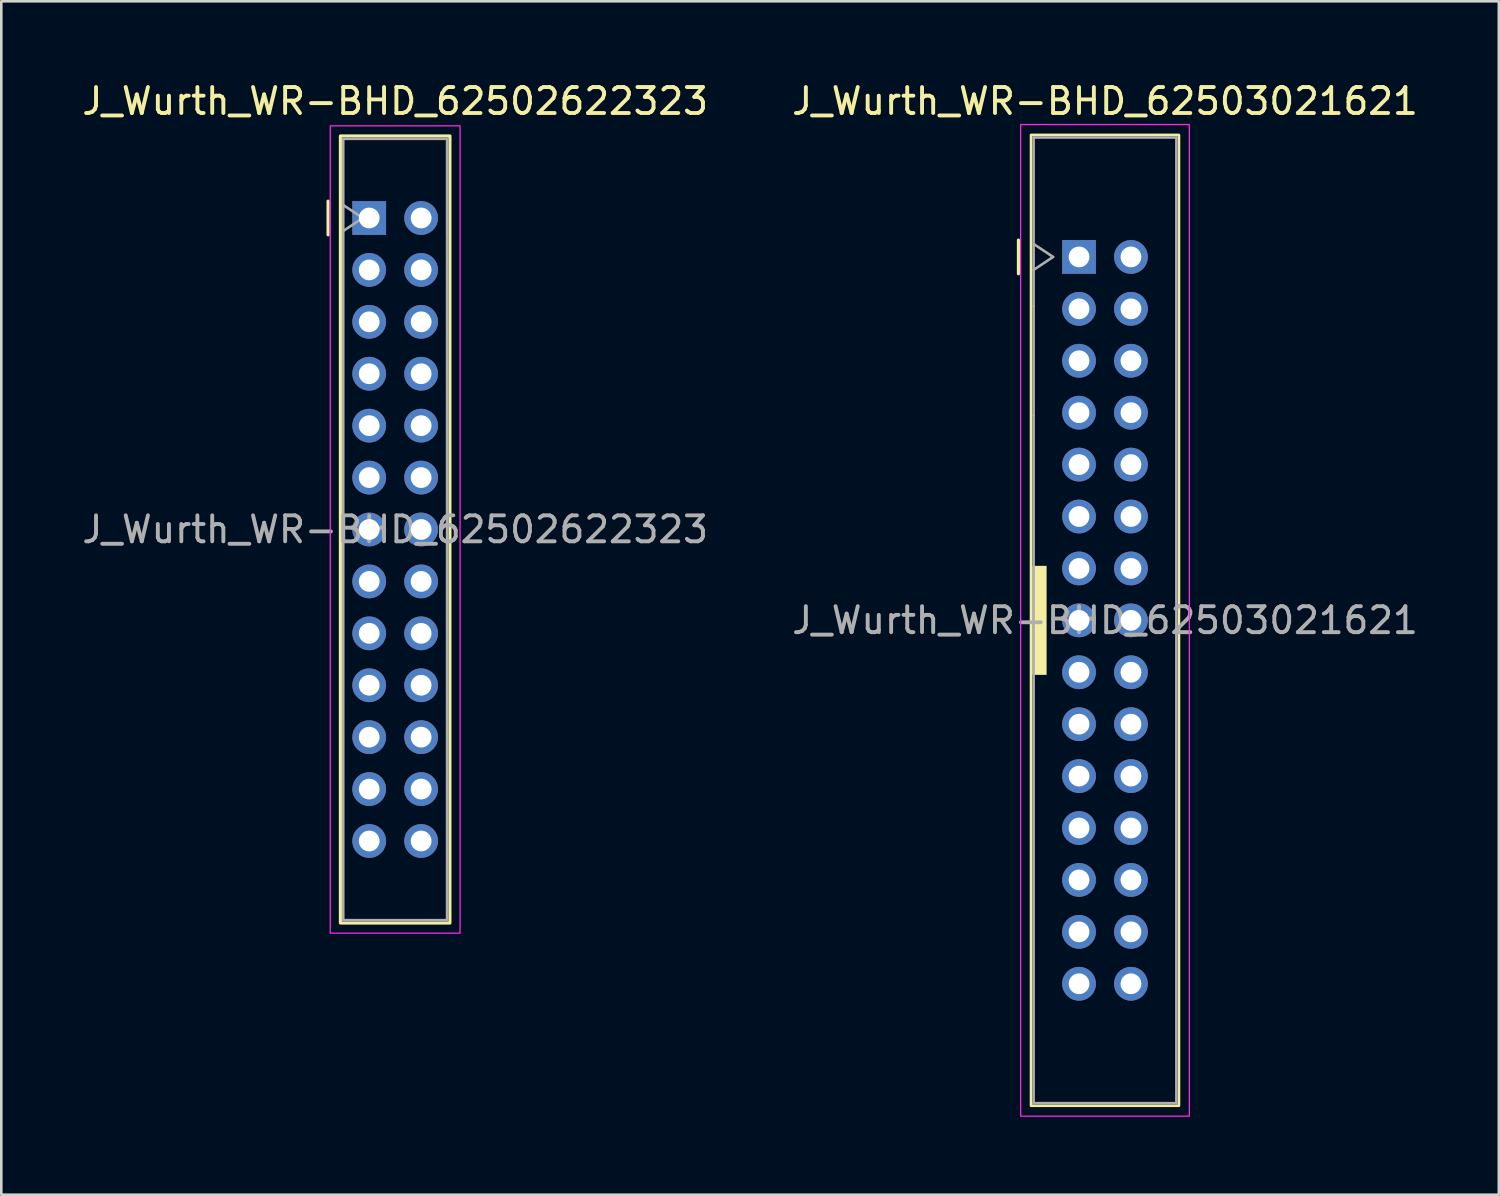
<source format=kicad_pcb>
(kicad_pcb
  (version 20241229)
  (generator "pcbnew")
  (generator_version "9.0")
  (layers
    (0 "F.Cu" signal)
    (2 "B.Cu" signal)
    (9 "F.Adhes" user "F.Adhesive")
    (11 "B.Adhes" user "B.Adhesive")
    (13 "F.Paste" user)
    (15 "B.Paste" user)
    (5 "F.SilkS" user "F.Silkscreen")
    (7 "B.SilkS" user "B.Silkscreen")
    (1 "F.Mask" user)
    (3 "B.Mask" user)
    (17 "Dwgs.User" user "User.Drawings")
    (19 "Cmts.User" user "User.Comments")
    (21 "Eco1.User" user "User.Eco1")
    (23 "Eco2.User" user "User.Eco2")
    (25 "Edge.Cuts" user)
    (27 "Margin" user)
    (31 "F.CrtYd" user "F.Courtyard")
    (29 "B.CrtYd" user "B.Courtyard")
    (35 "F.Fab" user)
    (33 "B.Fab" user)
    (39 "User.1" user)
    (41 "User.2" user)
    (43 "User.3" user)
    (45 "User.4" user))
  (footprint "J_Wurth_WR-BHD_62503021621"
    (layer "F.Cu")
    (at 38.518 6.848)
    (property "Reference" "J_Wurth_WR-BHD_62503021621" (at 1 -6 0) (unlocked yes) (layer "F.SilkS") (effects (font (size 1 1) (thickness 0.15))))
    (attr through_hole)
    (fp_line (start -2.335 -0.65) (end -2.335 0.65) (stroke (width 0.12) (type solid)) (layer "F.SilkS"))
    (fp_rect (start -1.8 11.9) (end -1.25 16.1) (stroke (width 0) (type solid)) (fill yes) (layer "F.SilkS"))
    (fp_poly (pts (xy 3.85 32.7) (xy 3.85 -4.7) (xy -1.85 -4.7) (xy -1.85 32.7)) (stroke (width 0.1) (type solid)) (fill no) (layer "F.SilkS"))
    (fp_poly (pts (xy -2.25 -5.1) (xy -2.25 33.1) (xy 4.25 33.1) (xy 4.25 -5.1)) (stroke (width 0.05) (type solid)) (fill no) (layer "F.CrtYd"))
    (fp_line (start -1.75 -4.6) (end -1.75 1.9) (stroke (width 0.1) (type solid)) (layer "F.Fab"))
    (fp_line (start -1.75 1.9) (end -1.75 6.1) (stroke (width 0.1) (type solid)) (layer "F.Fab"))
    (fp_line (start -1.75 6.1) (end -1.75 32.6) (stroke (width 0.1) (type solid)) (layer "F.Fab"))
    (fp_line (start -1.75 32.6) (end 3.75 32.6) (stroke (width 0.1) (type solid)) (layer "F.Fab"))
    (fp_line (start -1 0) (end -1.75 -0.5) (stroke (width 0.1) (type solid)) (layer "F.Fab"))
    (fp_line (start -1 0) (end -1.75 0.5) (stroke (width 0.1) (type solid)) (layer "F.Fab"))
    (fp_line (start 3.75 -4.6) (end -1.75 -4.6) (stroke (width 0.1) (type solid)) (layer "F.Fab"))
    (fp_line (start 3.75 32.6) (end 3.75 -4.6) (stroke (width 0.1) (type solid)) (layer "F.Fab"))
    (fp_text user "${REFERENCE}" (at 1 14 0) (unlocked yes) (layer "F.Fab") (effects (font (size 1 1) (thickness 0.15))))
    (pad "1" thru_hole rect (at 0 0 270) (size 1.3 1.3) (drill 0.8) (layers "*.Cu" "*.Mask"))
    (pad "2" thru_hole circle (at 2 0 270) (size 1.3 1.3) (drill 0.8) (layers "*.Cu" "*.Mask"))
    (pad "3" thru_hole circle (at 0 2 270) (size 1.3 1.3) (drill 0.8) (layers "*.Cu" "*.Mask"))
    (pad "4" thru_hole circle (at 2 2 270) (size 1.3 1.3) (drill 0.8) (layers "*.Cu" "*.Mask"))
    (pad "5" thru_hole circle (at 0 4 270) (size 1.3 1.3) (drill 0.8) (layers "*.Cu" "*.Mask"))
    (pad "6" thru_hole circle (at 2 4 270) (size 1.3 1.3) (drill 0.8) (layers "*.Cu" "*.Mask"))
    (pad "7" thru_hole circle (at 0 6 270) (size 1.3 1.3) (drill 0.8) (layers "*.Cu" "*.Mask"))
    (pad "8" thru_hole circle (at 2 6 270) (size 1.3 1.3) (drill 0.8) (layers "*.Cu" "*.Mask"))
    (pad "9" thru_hole circle (at 0 8 270) (size 1.3 1.3) (drill 0.8) (layers "*.Cu" "*.Mask"))
    (pad "10" thru_hole circle (at 2 8 270) (size 1.3 1.3) (drill 0.8) (layers "*.Cu" "*.Mask"))
    (pad "11" thru_hole circle (at 0 10 270) (size 1.3 1.3) (drill 0.8) (layers "*.Cu" "*.Mask"))
    (pad "12" thru_hole circle (at 2 10 270) (size 1.3 1.3) (drill 0.8) (layers "*.Cu" "*.Mask"))
    (pad "13" thru_hole circle (at 0 12 270) (size 1.3 1.3) (drill 0.8) (layers "*.Cu" "*.Mask"))
    (pad "14" thru_hole circle (at 2 12 270) (size 1.3 1.3) (drill 0.8) (layers "*.Cu" "*.Mask"))
    (pad "15" thru_hole circle (at 0 14 270) (size 1.3 1.3) (drill 0.8) (layers "*.Cu" "*.Mask"))
    (pad "16" thru_hole circle (at 2 14 270) (size 1.3 1.3) (drill 0.8) (layers "*.Cu" "*.Mask"))
    (pad "17" thru_hole circle (at 0 16 270) (size 1.3 1.3) (drill 0.8) (layers "*.Cu" "*.Mask"))
    (pad "18" thru_hole circle (at 2 16 270) (size 1.3 1.3) (drill 0.8) (layers "*.Cu" "*.Mask"))
    (pad "19" thru_hole circle (at 0 18 270) (size 1.3 1.3) (drill 0.8) (layers "*.Cu" "*.Mask"))
    (pad "20" thru_hole circle (at 2 18 270) (size 1.3 1.3) (drill 0.8) (layers "*.Cu" "*.Mask"))
    (pad "21" thru_hole circle (at 0 20 270) (size 1.3 1.3) (drill 0.8) (layers "*.Cu" "*.Mask"))
    (pad "22" thru_hole circle (at 2 20 270) (size 1.3 1.3) (drill 0.8) (layers "*.Cu" "*.Mask"))
    (pad "23" thru_hole circle (at 0 22 270) (size 1.3 1.3) (drill 0.8) (layers "*.Cu" "*.Mask"))
    (pad "24" thru_hole circle (at 2 22 270) (size 1.3 1.3) (drill 0.8) (layers "*.Cu" "*.Mask"))
    (pad "25" thru_hole circle (at 0 24 270) (size 1.3 1.3) (drill 0.8) (layers "*.Cu" "*.Mask"))
    (pad "26" thru_hole circle (at 2 24 270) (size 1.3 1.3) (drill 0.8) (layers "*.Cu" "*.Mask"))
    (pad "27" thru_hole circle (at 0 26 270) (size 1.3 1.3) (drill 0.8) (layers "*.Cu" "*.Mask"))
    (pad "28" thru_hole circle (at 2 26 270) (size 1.3 1.3) (drill 0.8) (layers "*.Cu" "*.Mask"))
    (pad "29" thru_hole circle (at 0 28 270) (size 1.3 1.3) (drill 0.8) (layers "*.Cu" "*.Mask"))
    (pad "30" thru_hole circle (at 2 28 270) (size 1.3 1.3) (drill 0.8) (layers "*.Cu" "*.Mask")))
  (footprint "J_Wurth_WR-BHD_62502622323"
    (layer "F.Cu")
    (at 11.173 5.348)
    (property "Reference" "J_Wurth_WR-BHD_62502622323" (at 1 -4.5 0) (unlocked yes) (layer "F.SilkS") (effects (font (size 1 1) (thickness 0.15))))
    (attr through_hole)
    (fp_line (start -1.585 -0.65) (end -1.585 0.65) (stroke (width 0.12) (type solid)) (layer "F.SilkS"))
    (fp_rect (start -1.11 -3.16) (end 3.11 27.16) (stroke (width 0.12) (type solid)) (fill no) (layer "F.SilkS"))
    (fp_rect (start -1.5 -3.55) (end 3.5 27.55) (stroke (width 0.05) (type solid)) (fill no) (layer "F.CrtYd"))
    (fp_line (start -0.25 0) (end -1 -0.5) (stroke (width 0.1) (type solid)) (layer "F.Fab"))
    (fp_line (start -0.25 0) (end -1 0.5) (stroke (width 0.1) (type solid)) (layer "F.Fab"))
    (fp_rect (start -1 -3.05) (end 3 27.05) (stroke (width 0.1) (type solid)) (fill no) (layer "F.Fab"))
    (fp_text user "${REFERENCE}" (at 1 12 0) (unlocked yes) (layer "F.Fab") (effects (font (size 1 1) (thickness 0.15))))
    (pad "1" thru_hole rect (at 0 0 270) (size 1.3 1.3) (drill 0.8) (layers "*.Cu" "*.Mask"))
    (pad "2" thru_hole circle (at 2 0 270) (size 1.3 1.3) (drill 0.8) (layers "*.Cu" "*.Mask"))
    (pad "3" thru_hole circle (at 0 2 270) (size 1.3 1.3) (drill 0.8) (layers "*.Cu" "*.Mask"))
    (pad "4" thru_hole circle (at 2 2 270) (size 1.3 1.3) (drill 0.8) (layers "*.Cu" "*.Mask"))
    (pad "5" thru_hole circle (at 0 4 270) (size 1.3 1.3) (drill 0.8) (layers "*.Cu" "*.Mask"))
    (pad "6" thru_hole circle (at 2 4 270) (size 1.3 1.3) (drill 0.8) (layers "*.Cu" "*.Mask"))
    (pad "7" thru_hole circle (at 0 6 270) (size 1.3 1.3) (drill 0.8) (layers "*.Cu" "*.Mask"))
    (pad "8" thru_hole circle (at 2 6 270) (size 1.3 1.3) (drill 0.8) (layers "*.Cu" "*.Mask"))
    (pad "9" thru_hole circle (at 0 8 270) (size 1.3 1.3) (drill 0.8) (layers "*.Cu" "*.Mask"))
    (pad "10" thru_hole circle (at 2 8 270) (size 1.3 1.3) (drill 0.8) (layers "*.Cu" "*.Mask"))
    (pad "11" thru_hole circle (at 0 10 270) (size 1.3 1.3) (drill 0.8) (layers "*.Cu" "*.Mask"))
    (pad "12" thru_hole circle (at 2 10 270) (size 1.3 1.3) (drill 0.8) (layers "*.Cu" "*.Mask"))
    (pad "13" thru_hole circle (at 0 12 270) (size 1.3 1.3) (drill 0.8) (layers "*.Cu" "*.Mask"))
    (pad "14" thru_hole circle (at 2 12 270) (size 1.3 1.3) (drill 0.8) (layers "*.Cu" "*.Mask"))
    (pad "15" thru_hole circle (at 0 14 270) (size 1.3 1.3) (drill 0.8) (layers "*.Cu" "*.Mask"))
    (pad "16" thru_hole circle (at 2 14 270) (size 1.3 1.3) (drill 0.8) (layers "*.Cu" "*.Mask"))
    (pad "17" thru_hole circle (at 0 16 270) (size 1.3 1.3) (drill 0.8) (layers "*.Cu" "*.Mask"))
    (pad "18" thru_hole circle (at 2 16 270) (size 1.3 1.3) (drill 0.8) (layers "*.Cu" "*.Mask"))
    (pad "19" thru_hole circle (at 0 18 270) (size 1.3 1.3) (drill 0.8) (layers "*.Cu" "*.Mask"))
    (pad "20" thru_hole circle (at 2 18 270) (size 1.3 1.3) (drill 0.8) (layers "*.Cu" "*.Mask"))
    (pad "21" thru_hole circle (at 0 20 270) (size 1.3 1.3) (drill 0.8) (layers "*.Cu" "*.Mask"))
    (pad "22" thru_hole circle (at 2 20 270) (size 1.3 1.3) (drill 0.8) (layers "*.Cu" "*.Mask"))
    (pad "23" thru_hole circle (at 0 22 270) (size 1.3 1.3) (drill 0.8) (layers "*.Cu" "*.Mask"))
    (pad "24" thru_hole circle (at 2 22 270) (size 1.3 1.3) (drill 0.8) (layers "*.Cu" "*.Mask"))
    (pad "25" thru_hole circle (at 0 24 270) (size 1.3 1.3) (drill 0.8) (layers "*.Cu" "*.Mask"))
    (pad "26" thru_hole circle (at 2 24 270) (size 1.3 1.3) (drill 0.8) (layers "*.Cu" "*.Mask")))
  (gr_rect
    (start -3 -3)
    (end 54.69 42.973)
    (stroke (width 0.1) (type default))
    (fill no)
    (layer "Edge.Cuts")))
</source>
